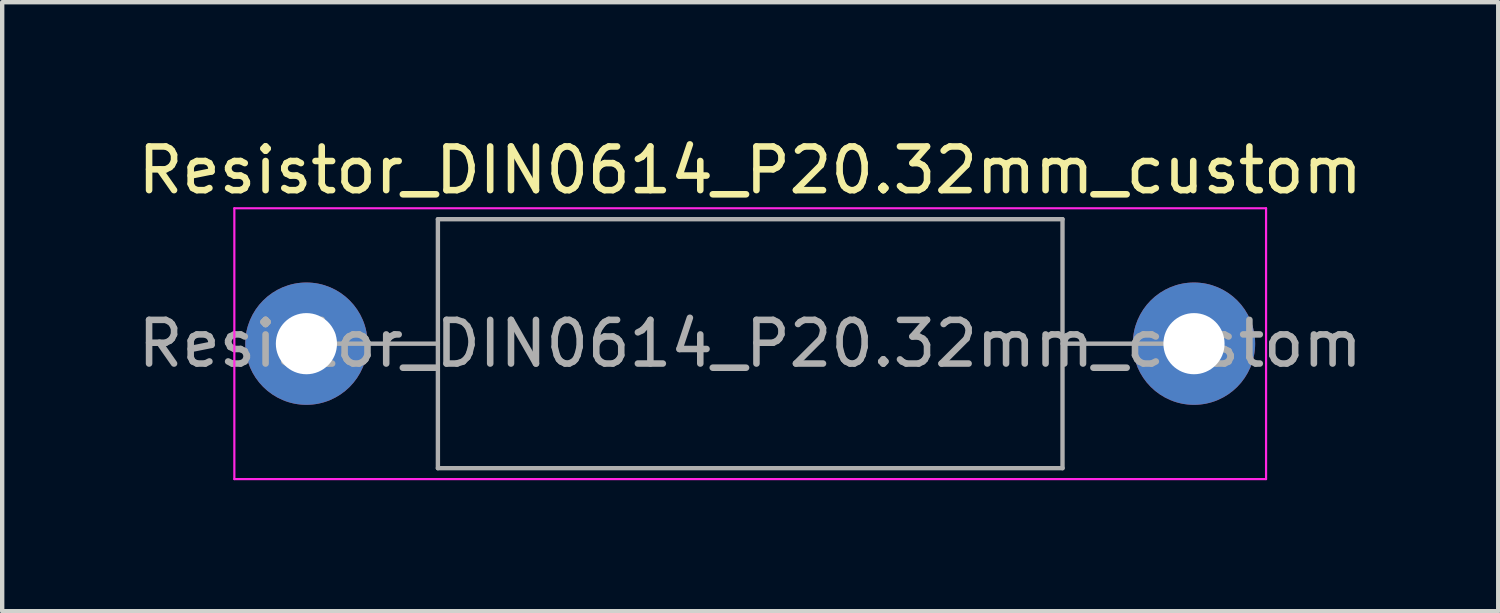
<source format=kicad_pcb>
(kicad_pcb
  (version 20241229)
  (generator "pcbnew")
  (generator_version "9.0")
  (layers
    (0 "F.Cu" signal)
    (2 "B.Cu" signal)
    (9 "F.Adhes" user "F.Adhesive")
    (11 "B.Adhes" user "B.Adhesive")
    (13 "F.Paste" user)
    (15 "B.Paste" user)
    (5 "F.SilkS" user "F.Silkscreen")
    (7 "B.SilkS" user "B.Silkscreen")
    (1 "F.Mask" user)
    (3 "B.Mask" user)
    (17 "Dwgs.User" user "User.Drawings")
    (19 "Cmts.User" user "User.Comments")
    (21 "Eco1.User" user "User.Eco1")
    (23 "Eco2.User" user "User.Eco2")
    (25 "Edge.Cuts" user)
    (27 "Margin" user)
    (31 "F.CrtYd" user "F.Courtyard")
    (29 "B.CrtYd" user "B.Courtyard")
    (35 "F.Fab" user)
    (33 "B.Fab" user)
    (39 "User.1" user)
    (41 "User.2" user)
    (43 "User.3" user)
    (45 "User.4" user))
  (footprint "Resistor_DIN0614_P20.32mm_custom"
    (layer "F.Cu")
    (at 3.965 4.818)
    (property "Reference" "Resistor_DIN0614_P20.32mm_custom" (at 10.16 -3.97 0) (layer "F.SilkS") (effects (font (size 1 1) (thickness 0.15))))
    (attr through_hole)
    (fp_line (start -1.65 -3.1) (end -1.65 3.1) (stroke (width 0.05) (type solid)) (layer "F.CrtYd"))
    (fp_line (start -1.65 3.1) (end 21.97 3.1) (stroke (width 0.05) (type solid)) (layer "F.CrtYd"))
    (fp_line (start 21.97 -3.1) (end -1.65 -3.1) (stroke (width 0.05) (type solid)) (layer "F.CrtYd"))
    (fp_line (start 21.97 3.1) (end 21.97 -3.1) (stroke (width 0.05) (type solid)) (layer "F.CrtYd"))
    (fp_line (start 0 0) (end 3.01 0) (stroke (width 0.1) (type solid)) (layer "F.Fab"))
    (fp_line (start 3.01 -2.85) (end 3.01 2.85) (stroke (width 0.1) (type solid)) (layer "F.Fab"))
    (fp_line (start 3.01 2.85) (end 17.31 2.85) (stroke (width 0.1) (type solid)) (layer "F.Fab"))
    (fp_line (start 17.31 -2.85) (end 3.01 -2.85) (stroke (width 0.1) (type solid)) (layer "F.Fab"))
    (fp_line (start 17.31 2.85) (end 17.31 -2.85) (stroke (width 0.1) (type solid)) (layer "F.Fab"))
    (fp_line (start 20.32 0) (end 17.31 0) (stroke (width 0.1) (type solid)) (layer "F.Fab"))
    (fp_text user "${REFERENCE}" (at 10.16 0 0) (layer "F.Fab") (effects (font (size 1 1) (thickness 0.15))))
    (pad "1" thru_hole circle (at 0 0) (size 2.8 2.8) (drill 1.4) (layers "*.Cu" "*.Mask"))
    (pad "2" thru_hole oval (at 20.32 0) (size 2.8 2.8) (drill 1.4) (layers "*.Cu" "*.Mask")))
  (gr_rect
    (start -3 -3)
    (end 31.25 10.943)
    (stroke (width 0.1) (type default))
    (fill no)
    (layer "Edge.Cuts")))
</source>
